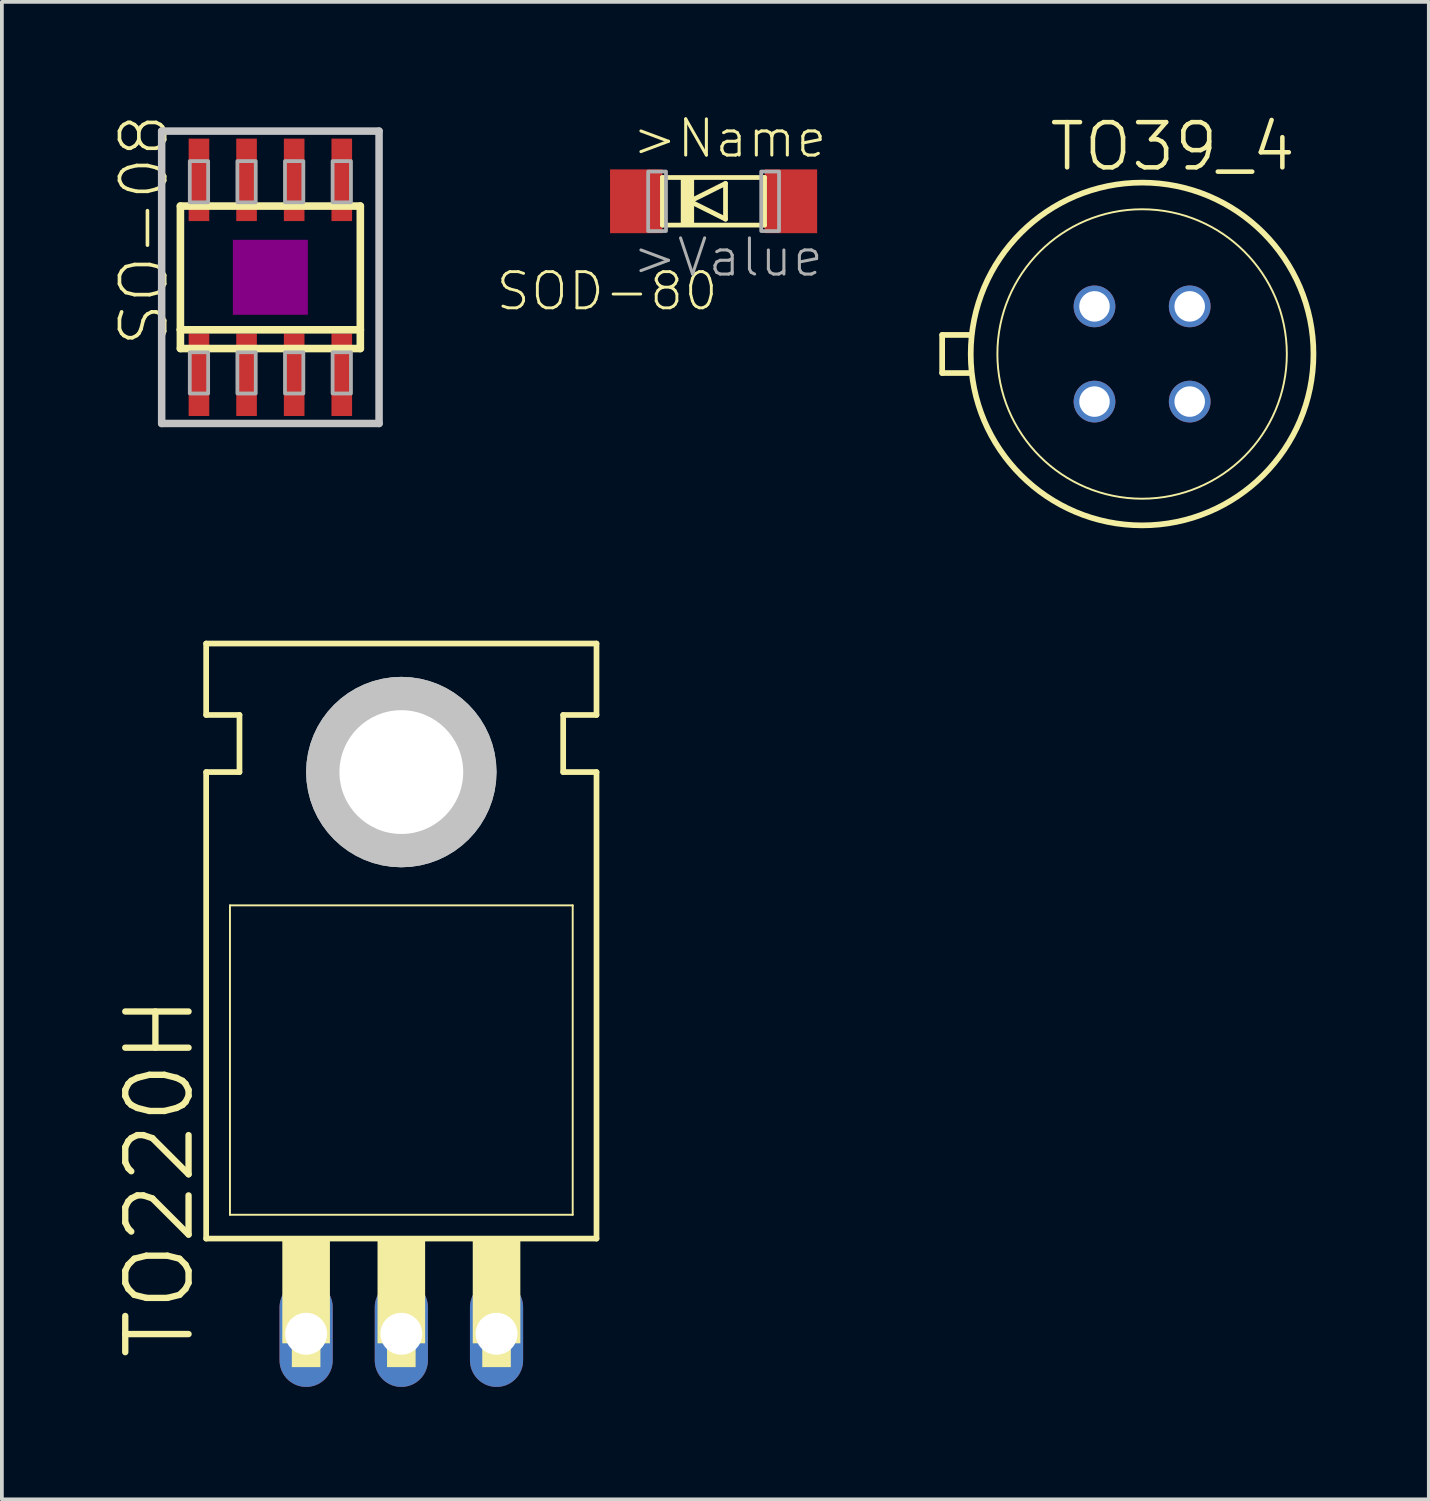
<source format=kicad_pcb>
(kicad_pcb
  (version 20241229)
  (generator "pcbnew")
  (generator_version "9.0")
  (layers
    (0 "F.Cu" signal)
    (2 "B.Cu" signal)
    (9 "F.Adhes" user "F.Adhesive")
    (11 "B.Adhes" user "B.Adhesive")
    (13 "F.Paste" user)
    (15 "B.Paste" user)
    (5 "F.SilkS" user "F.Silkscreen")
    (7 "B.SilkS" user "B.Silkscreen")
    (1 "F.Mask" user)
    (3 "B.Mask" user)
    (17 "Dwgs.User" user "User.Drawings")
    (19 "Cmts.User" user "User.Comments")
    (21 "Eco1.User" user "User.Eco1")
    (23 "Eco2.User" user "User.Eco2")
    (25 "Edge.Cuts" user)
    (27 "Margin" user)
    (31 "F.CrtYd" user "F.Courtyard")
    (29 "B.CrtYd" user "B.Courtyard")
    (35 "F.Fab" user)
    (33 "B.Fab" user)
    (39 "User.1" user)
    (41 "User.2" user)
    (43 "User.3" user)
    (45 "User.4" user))
  (footprint "SO-08"
    (layer "F.Cu")
    (at 4.163 4.348)
    (property "Reference" "SO-08" (at -2.667 1.905 270) (layer "F.SilkS") (effects (font (size 1.206 1.206) (thickness 0.097)) (justify left bottom)))
    (attr through_hole)
    (fp_line (start -2.4 -1.9) (end 2.4 -1.9) (stroke (width 0.203) (type solid)) (layer "F.SilkS"))
    (fp_line (start -2.4 1.4) (end -2.4 -1.9) (stroke (width 0.203) (type solid)) (layer "F.SilkS"))
    (fp_line (start -2.4 1.9) (end -2.4 1.4) (stroke (width 0.203) (type solid)) (layer "F.SilkS"))
    (fp_line (start 2.4 -1.9) (end 2.4 1.4) (stroke (width 0.203) (type solid)) (layer "F.SilkS"))
    (fp_line (start 2.4 1.4) (end -2.4 1.4) (stroke (width 0.203) (type solid)) (layer "F.SilkS"))
    (fp_line (start 2.4 1.4) (end 2.4 1.9) (stroke (width 0.203) (type solid)) (layer "F.SilkS"))
    (fp_line (start 2.4 1.9) (end -2.4 1.9) (stroke (width 0.203) (type solid)) (layer "F.SilkS"))
    (fp_poly (pts (xy -1 1) (xy 1 1) (xy 1 -1) (xy -1 -1)) (stroke (width 0) (type solid)) (fill yes) (layer "F.Adhes"))
    (fp_line (start -2.9 -3.9) (end 2.9 -3.9) (stroke (width 0.2) (type solid)) (layer "Dwgs.User"))
    (fp_line (start -2.9 3.9) (end -2.9 -3.9) (stroke (width 0.2) (type solid)) (layer "Dwgs.User"))
    (fp_line (start 2.9 -3.9) (end 2.9 3.9) (stroke (width 0.2) (type solid)) (layer "Dwgs.User"))
    (fp_line (start 2.9 3.9) (end -2.9 3.9) (stroke (width 0.2) (type solid)) (layer "Dwgs.User"))
    (fp_poly (pts (xy -2.15 -2) (xy -1.66 -2) (xy -1.66 -3.1) (xy -2.15 -3.1)) (stroke (width 0.1) (type solid)) (fill no) (layer "F.Fab"))
    (fp_poly (pts (xy -2.15 3.1) (xy -1.66 3.1) (xy -1.66 2) (xy -2.15 2)) (stroke (width 0.1) (type solid)) (fill no) (layer "F.Fab"))
    (fp_poly (pts (xy -0.88 -2) (xy -0.39 -2) (xy -0.39 -3.1) (xy -0.88 -3.1)) (stroke (width 0.1) (type solid)) (fill no) (layer "F.Fab"))
    (fp_poly (pts (xy -0.88 3.1) (xy -0.39 3.1) (xy -0.39 2) (xy -0.88 2)) (stroke (width 0.1) (type solid)) (fill no) (layer "F.Fab"))
    (fp_poly (pts (xy 0.39 -2) (xy 0.88 -2) (xy 0.88 -3.1) (xy 0.39 -3.1)) (stroke (width 0.1) (type solid)) (fill no) (layer "F.Fab"))
    (fp_poly (pts (xy 0.39 3.1) (xy 0.88 3.1) (xy 0.88 2) (xy 0.39 2)) (stroke (width 0.1) (type solid)) (fill no) (layer "F.Fab"))
    (fp_poly (pts (xy 1.66 -2) (xy 2.15 -2) (xy 2.15 -3.1) (xy 1.66 -3.1)) (stroke (width 0.1) (type solid)) (fill no) (layer "F.Fab"))
    (fp_poly (pts (xy 1.66 3.1) (xy 2.15 3.1) (xy 2.15 2) (xy 1.66 2)) (stroke (width 0.1) (type solid)) (fill no) (layer "F.Fab"))
    (pad "1" smd rect (at -1.905 2.6) (size 0.55 2.2) (layers "F.Cu" "F.Mask" "F.Paste"))
    (pad "2" smd rect (at -0.635 2.6) (size 0.55 2.2) (layers "F.Cu" "F.Mask" "F.Paste"))
    (pad "3" smd rect (at 0.635 2.6) (size 0.55 2.2) (layers "F.Cu" "F.Mask" "F.Paste"))
    (pad "4" smd rect (at 1.905 2.6) (size 0.55 2.2) (layers "F.Cu" "F.Mask" "F.Paste"))
    (pad "5" smd rect (at 1.905 -2.6) (size 0.55 2.2) (layers "F.Cu" "F.Mask" "F.Paste"))
    (pad "6" smd rect (at 0.635 -2.6) (size 0.55 2.2) (layers "F.Cu" "F.Mask" "F.Paste"))
    (pad "7" smd rect (at -0.635 -2.6) (size 0.55 2.2) (layers "F.Cu" "F.Mask" "F.Paste"))
    (pad "8" smd rect (at -1.905 -2.6) (size 0.55 2.2) (layers "F.Cu" "F.Mask" "F.Paste")))
  (footprint "TO39_4"
    (layer "F.Cu")
    (at 27.42 6.394)
    (property "Reference" "TO39_4" (at -2.54 -4.826 0) (layer "F.SilkS") (effects (font (size 1.206 1.206) (thickness 0.121)) (justify left bottom)))
    (attr through_hole)
    (fp_line (start -5.334 0.508) (end -5.334 -0.508) (stroke (width 0.152) (type solid)) (layer "F.SilkS"))
    (fp_line (start -5.334 0.508) (end -4.572 0.508) (stroke (width 0.152) (type solid)) (layer "F.SilkS"))
    (fp_line (start -4.572 -0.508) (end -5.334 -0.508) (stroke (width 0.152) (type solid)) (layer "F.SilkS"))
    (fp_circle (center 0 0) (end 3.861 0) (stroke (width 0.051) (type solid)) (fill no) (layer "F.SilkS"))
    (fp_circle (center 0 0) (end 4.572 0) (stroke (width 0.152) (type solid)) (fill no) (layer "F.SilkS"))
    (pad "1" thru_hole circle (at -1.27 1.27) (size 1.113 1.113) (drill 0.813) (layers "*.Cu" "*.Mask"))
    (pad "2" thru_hole circle (at 1.27 1.27) (size 1.113 1.113) (drill 0.813) (layers "*.Cu" "*.Mask"))
    (pad "3" thru_hole circle (at 1.27 -1.27) (size 1.113 1.113) (drill 0.813) (layers "*.Cu" "*.Mask"))
    (pad "4" thru_hole circle (at -1.27 -1.27) (size 1.113 1.113) (drill 0.813) (layers "*.Cu" "*.Mask")))
  (footprint "TO220H"
    (layer "F.Cu")
    (at 7.657 22.374)
    (property "Reference" "TO220H" (at -5.461 10.922 90) (layer "F.SilkS") (effects (font (size 1.689 1.689) (thickness 0.169)) (justify left bottom)))
    (attr through_hole)
    (fp_line (start -5.207 -6.35) (end -5.207 -8.255) (stroke (width 0.152) (type solid)) (layer "F.SilkS"))
    (fp_line (start -5.207 -4.826) (end -4.318 -4.826) (stroke (width 0.152) (type solid)) (layer "F.SilkS"))
    (fp_line (start -5.207 7.62) (end -5.207 -4.826) (stroke (width 0.152) (type solid)) (layer "F.SilkS"))
    (fp_line (start -5.207 7.62) (end 5.207 7.62) (stroke (width 0.152) (type solid)) (layer "F.SilkS"))
    (fp_line (start -4.572 6.985) (end -4.572 -1.27) (stroke (width 0.051) (type solid)) (layer "F.SilkS"))
    (fp_line (start -4.572 6.985) (end 4.572 6.985) (stroke (width 0.051) (type solid)) (layer "F.SilkS"))
    (fp_line (start -4.318 -6.35) (end -5.207 -6.35) (stroke (width 0.152) (type solid)) (layer "F.SilkS"))
    (fp_line (start -4.318 -4.826) (end -4.318 -6.35) (stroke (width 0.152) (type solid)) (layer "F.SilkS"))
    (fp_line (start 4.318 -6.35) (end 5.207 -6.35) (stroke (width 0.152) (type solid)) (layer "F.SilkS"))
    (fp_line (start 4.318 -4.826) (end 4.318 -6.35) (stroke (width 0.152) (type solid)) (layer "F.SilkS"))
    (fp_line (start 4.572 -1.27) (end -4.572 -1.27) (stroke (width 0.051) (type solid)) (layer "F.SilkS"))
    (fp_line (start 4.572 -1.27) (end 4.572 6.985) (stroke (width 0.051) (type solid)) (layer "F.SilkS"))
    (fp_line (start 5.207 -8.255) (end -5.207 -8.255) (stroke (width 0.152) (type solid)) (layer "F.SilkS"))
    (fp_line (start 5.207 -6.35) (end 5.207 -8.255) (stroke (width 0.152) (type solid)) (layer "F.SilkS"))
    (fp_line (start 5.207 -4.826) (end 4.318 -4.826) (stroke (width 0.152) (type solid)) (layer "F.SilkS"))
    (fp_line (start 5.207 7.62) (end 5.207 -4.826) (stroke (width 0.152) (type solid)) (layer "F.SilkS"))
    (fp_circle (center 0 -4.826) (end 1.803 -4.826) (stroke (width 0.152) (type solid)) (fill no) (layer "F.SilkS"))
    (fp_poly (pts (xy -3.175 10.414) (xy -1.905 10.414) (xy -1.905 7.62) (xy -3.175 7.62)) (stroke (width 0) (type solid)) (fill yes) (layer "F.SilkS"))
    (fp_poly (pts (xy -2.921 11.049) (xy -2.159 11.049) (xy -2.159 10.414) (xy -2.921 10.414)) (stroke (width 0) (type solid)) (fill yes) (layer "F.SilkS"))
    (fp_poly (pts (xy -0.635 10.414) (xy 0.635 10.414) (xy 0.635 7.62) (xy -0.635 7.62)) (stroke (width 0) (type solid)) (fill yes) (layer "F.SilkS"))
    (fp_poly (pts (xy -0.381 11.049) (xy 0.381 11.049) (xy 0.381 10.414) (xy -0.381 10.414)) (stroke (width 0) (type solid)) (fill yes) (layer "F.SilkS"))
    (fp_poly (pts (xy 1.905 10.414) (xy 3.175 10.414) (xy 3.175 7.62) (xy 1.905 7.62)) (stroke (width 0) (type solid)) (fill yes) (layer "F.SilkS"))
    (fp_poly (pts (xy 2.159 11.049) (xy 2.921 11.049) (xy 2.921 10.414) (xy 2.159 10.414)) (stroke (width 0) (type solid)) (fill yes) (layer "F.SilkS"))
    (fp_circle (center 0 -4.826) (end 1.27 -4.826) (stroke (width 2.54) (type solid)) (fill no) (layer "Dwgs.User"))
    (fp_circle (center 0 -4.826) (end 1.27 -4.826) (stroke (width 2.54) (type solid)) (fill no) (layer "Dwgs.User"))
    (pad "" np_thru_hole circle (at 0 -4.826) (size 3.302 3.302) (drill 3.302) (layers "*.Cu" "*.Mask"))
    (pad "1" thru_hole oval (at -2.54 10.16 90) (size 2.835 1.418) (drill 1.118) (layers "*.Cu" "*.Mask"))
    (pad "2" thru_hole oval (at 0 10.16 90) (size 2.835 1.418) (drill 1.118) (layers "*.Cu" "*.Mask"))
    (pad "3" thru_hole oval (at 2.54 10.16 90) (size 2.835 1.418) (drill 1.118) (layers "*.Cu" "*.Mask")))
  (footprint "SOD-80"
    (layer "F.Cu")
    (at 16.147 2.32)
    (property "Reference" "SOD-80" (at -3 2.4 0) (layer "F.SilkS") (effects (font (size 0.965 0.965) (thickness 0.077))))
    (attr through_hole)
    (fp_line (start -1.524 -0.635) (end 1.2 -0.635) (stroke (width 0.127) (type solid)) (layer "F.SilkS"))
    (fp_line (start -1.524 0.635) (end -1.524 -0.635) (stroke (width 0.127) (type solid)) (layer "F.SilkS"))
    (fp_line (start -0.794 0) (end 0.159 -0.476) (stroke (width 0.127) (type solid)) (layer "F.SilkS"))
    (fp_line (start 0.159 -0.476) (end 0.159 0.476) (stroke (width 0.127) (type solid)) (layer "F.SilkS"))
    (fp_line (start 0.159 0.476) (end -0.794 0) (stroke (width 0.127) (type solid)) (layer "F.SilkS"))
    (fp_line (start 1.2 -0.635) (end 1.2 0.635) (stroke (width 0.127) (type solid)) (layer "F.SilkS"))
    (fp_line (start 1.2 0.635) (end -1.524 0.635) (stroke (width 0.127) (type solid)) (layer "F.SilkS"))
    (fp_poly (pts (xy -1.035 0.635) (xy -0.679 0.635) (xy -0.679 -0.635) (xy -1.035 -0.635)) (stroke (width 0) (type solid)) (fill yes) (layer "F.SilkS"))
    (fp_poly (pts (xy -1.905 0.794) (xy -1.429 0.794) (xy -1.429 -0.794) (xy -1.905 -0.794)) (stroke (width 0.1) (type solid)) (fill no) (layer "F.Fab"))
    (fp_poly (pts (xy 1.111 0.794) (xy 1.587 0.794) (xy 1.587 -0.794) (xy 1.111 -0.794)) (stroke (width 0.1) (type solid)) (fill no) (layer "F.Fab"))
    (fp_text user ">Name" (at -2.381 -1.111 0) (layer "F.SilkS") (effects (font (size 0.965 0.965) (thickness 0.081)) (justify left bottom)))
    (fp_text user ">Value" (at -2.381 2.064 0) (layer "F.Fab") (effects (font (size 0.965 0.965) (thickness 0.081)) (justify left bottom)))
    (pad "A" smd rect (at 1.905 0) (size 1.397 1.702) (layers "F.Cu" "F.Mask" "F.Paste"))
    (pad "K" smd rect (at -2.223 0) (size 1.397 1.702) (layers "F.Cu" "F.Mask" "F.Paste")))
  (gr_rect
    (start -3 -3)
    (end 35.069 36.951)
    (stroke (width 0.1) (type default))
    (fill no)
    (layer "Edge.Cuts")))
</source>
